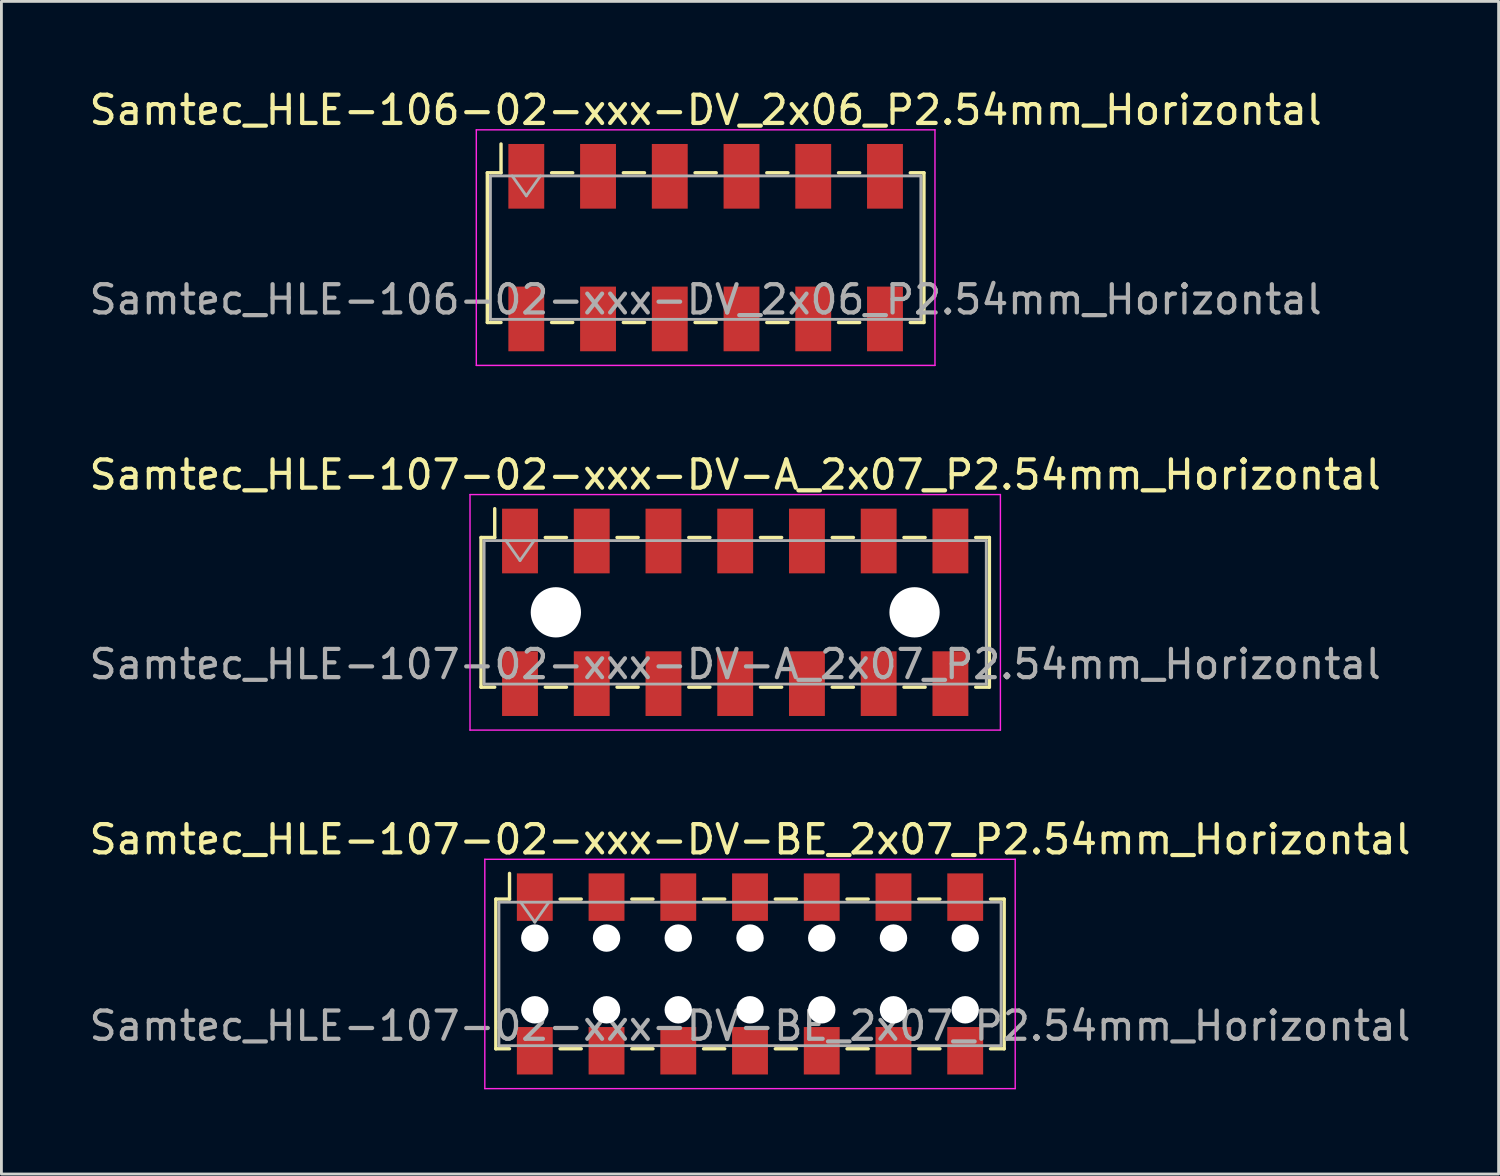
<source format=kicad_pcb>
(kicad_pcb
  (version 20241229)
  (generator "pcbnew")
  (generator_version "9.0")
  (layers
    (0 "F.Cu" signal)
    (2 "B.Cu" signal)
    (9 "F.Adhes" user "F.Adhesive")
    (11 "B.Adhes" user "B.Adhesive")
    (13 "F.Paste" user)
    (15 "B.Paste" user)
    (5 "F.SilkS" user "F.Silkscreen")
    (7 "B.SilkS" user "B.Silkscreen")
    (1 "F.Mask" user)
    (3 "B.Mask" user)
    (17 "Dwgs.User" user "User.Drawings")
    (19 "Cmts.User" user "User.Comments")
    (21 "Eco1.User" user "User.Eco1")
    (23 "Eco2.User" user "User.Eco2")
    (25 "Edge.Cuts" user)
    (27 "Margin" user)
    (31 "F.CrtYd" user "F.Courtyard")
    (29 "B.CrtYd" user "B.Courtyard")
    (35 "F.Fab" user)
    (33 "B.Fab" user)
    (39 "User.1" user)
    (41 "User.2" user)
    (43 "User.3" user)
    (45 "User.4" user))
  (footprint "Samtec_HLE-107-02-xxx-DV-BE_2x07_P2.54mm_Horizontal"
    (layer "F.Cu")
    (at 23.506 31.435)
    (property "Reference" "Samtec_HLE-107-02-xxx-DV-BE_2x07_P2.54mm_Horizontal" (at 0 -4.76 0) (layer "F.SilkS") (effects (font (size 1 1) (thickness 0.15))))
    (attr smd)
    (fp_line (start -9 -2.65) (end -9 2.65) (stroke (width 0.12) (type solid)) (layer "F.SilkS"))
    (fp_line (start -9 2.65) (end -8.515 2.65) (stroke (width 0.12) (type solid)) (layer "F.SilkS"))
    (fp_line (start -8.515 -3.56) (end -8.515 -2.65) (stroke (width 0.12) (type solid)) (layer "F.SilkS"))
    (fp_line (start -8.515 -2.65) (end -9 -2.65) (stroke (width 0.12) (type solid)) (layer "F.SilkS"))
    (fp_line (start -6.725 -2.65) (end -5.975 -2.65) (stroke (width 0.12) (type solid)) (layer "F.SilkS"))
    (fp_line (start -6.725 2.65) (end -5.975 2.65) (stroke (width 0.12) (type solid)) (layer "F.SilkS"))
    (fp_line (start -4.185 -2.65) (end -3.435 -2.65) (stroke (width 0.12) (type solid)) (layer "F.SilkS"))
    (fp_line (start -4.185 2.65) (end -3.435 2.65) (stroke (width 0.12) (type solid)) (layer "F.SilkS"))
    (fp_line (start -1.645 -2.65) (end -0.895 -2.65) (stroke (width 0.12) (type solid)) (layer "F.SilkS"))
    (fp_line (start -1.645 2.65) (end -0.895 2.65) (stroke (width 0.12) (type solid)) (layer "F.SilkS"))
    (fp_line (start 0.895 -2.65) (end 1.645 -2.65) (stroke (width 0.12) (type solid)) (layer "F.SilkS"))
    (fp_line (start 0.895 2.65) (end 1.645 2.65) (stroke (width 0.12) (type solid)) (layer "F.SilkS"))
    (fp_line (start 3.435 -2.65) (end 4.185 -2.65) (stroke (width 0.12) (type solid)) (layer "F.SilkS"))
    (fp_line (start 3.435 2.65) (end 4.185 2.65) (stroke (width 0.12) (type solid)) (layer "F.SilkS"))
    (fp_line (start 5.975 -2.65) (end 6.725 -2.65) (stroke (width 0.12) (type solid)) (layer "F.SilkS"))
    (fp_line (start 5.975 2.65) (end 6.725 2.65) (stroke (width 0.12) (type solid)) (layer "F.SilkS"))
    (fp_line (start 8.515 -2.65) (end 9 -2.65) (stroke (width 0.12) (type solid)) (layer "F.SilkS"))
    (fp_line (start 9 -2.65) (end 9 2.65) (stroke (width 0.12) (type solid)) (layer "F.SilkS"))
    (fp_line (start 9 2.65) (end 8.515 2.65) (stroke (width 0.12) (type solid)) (layer "F.SilkS"))
    (fp_line (start -9.39 -4.06) (end 9.39 -4.06) (stroke (width 0.05) (type solid)) (layer "F.CrtYd"))
    (fp_line (start -9.39 4.06) (end -9.39 -4.06) (stroke (width 0.05) (type solid)) (layer "F.CrtYd"))
    (fp_line (start 9.39 -4.06) (end 9.39 4.06) (stroke (width 0.05) (type solid)) (layer "F.CrtYd"))
    (fp_line (start 9.39 4.06) (end -9.39 4.06) (stroke (width 0.05) (type solid)) (layer "F.CrtYd"))
    (fp_line (start -8.89 -2.54) (end 8.89 -2.54) (stroke (width 0.1) (type solid)) (layer "F.Fab"))
    (fp_line (start -8.89 2.54) (end -8.89 -2.54) (stroke (width 0.1) (type solid)) (layer "F.Fab"))
    (fp_line (start -8.12 -2.54) (end -7.62 -1.833) (stroke (width 0.1) (type solid)) (layer "F.Fab"))
    (fp_line (start -7.62 -1.833) (end -7.12 -2.54) (stroke (width 0.1) (type solid)) (layer "F.Fab"))
    (fp_line (start 8.89 -2.54) (end 8.89 2.54) (stroke (width 0.1) (type solid)) (layer "F.Fab"))
    (fp_line (start 8.89 2.54) (end -8.89 2.54) (stroke (width 0.1) (type solid)) (layer "F.Fab"))
    (fp_text user "${REFERENCE}" (at 0 1.84 0) (layer "F.Fab") (effects (font (size 1 1) (thickness 0.15))))
    (pad "" np_thru_hole circle (at -7.62 -1.27) (size 0.97 0.97) (drill 0.97) (layers "*.Cu" "*.Mask"))
    (pad "" np_thru_hole circle (at -7.62 1.27) (size 0.97 0.97) (drill 0.97) (layers "*.Cu" "*.Mask"))
    (pad "" np_thru_hole circle (at -5.08 -1.27) (size 0.97 0.97) (drill 0.97) (layers "*.Cu" "*.Mask"))
    (pad "" np_thru_hole circle (at -5.08 1.27) (size 0.97 0.97) (drill 0.97) (layers "*.Cu" "*.Mask"))
    (pad "" np_thru_hole circle (at -2.54 -1.27) (size 0.97 0.97) (drill 0.97) (layers "*.Cu" "*.Mask"))
    (pad "" np_thru_hole circle (at -2.54 1.27) (size 0.97 0.97) (drill 0.97) (layers "*.Cu" "*.Mask"))
    (pad "" np_thru_hole circle (at 0 -1.27) (size 0.97 0.97) (drill 0.97) (layers "*.Cu" "*.Mask"))
    (pad "" np_thru_hole circle (at 0 1.27) (size 0.97 0.97) (drill 0.97) (layers "*.Cu" "*.Mask"))
    (pad "" np_thru_hole circle (at 2.54 -1.27) (size 0.97 0.97) (drill 0.97) (layers "*.Cu" "*.Mask"))
    (pad "" np_thru_hole circle (at 2.54 1.27) (size 0.97 0.97) (drill 0.97) (layers "*.Cu" "*.Mask"))
    (pad "" np_thru_hole circle (at 5.08 -1.27) (size 0.97 0.97) (drill 0.97) (layers "*.Cu" "*.Mask"))
    (pad "" np_thru_hole circle (at 5.08 1.27) (size 0.97 0.97) (drill 0.97) (layers "*.Cu" "*.Mask"))
    (pad "" np_thru_hole circle (at 7.62 -1.27) (size 0.97 0.97) (drill 0.97) (layers "*.Cu" "*.Mask"))
    (pad "" np_thru_hole circle (at 7.62 1.27) (size 0.97 0.97) (drill 0.97) (layers "*.Cu" "*.Mask"))
    (pad "1" smd rect (at -7.62 -2.72) (size 1.27 1.68) (layers "F.Cu" "F.Mask" "F.Paste"))
    (pad "2" smd rect (at -7.62 2.72) (size 1.27 1.68) (layers "F.Cu" "F.Mask" "F.Paste"))
    (pad "3" smd rect (at -5.08 -2.72) (size 1.27 1.68) (layers "F.Cu" "F.Mask" "F.Paste"))
    (pad "4" smd rect (at -5.08 2.72) (size 1.27 1.68) (layers "F.Cu" "F.Mask" "F.Paste"))
    (pad "5" smd rect (at -2.54 -2.72) (size 1.27 1.68) (layers "F.Cu" "F.Mask" "F.Paste"))
    (pad "6" smd rect (at -2.54 2.72) (size 1.27 1.68) (layers "F.Cu" "F.Mask" "F.Paste"))
    (pad "7" smd rect (at 0 -2.72) (size 1.27 1.68) (layers "F.Cu" "F.Mask" "F.Paste"))
    (pad "8" smd rect (at 0 2.72) (size 1.27 1.68) (layers "F.Cu" "F.Mask" "F.Paste"))
    (pad "9" smd rect (at 2.54 -2.72) (size 1.27 1.68) (layers "F.Cu" "F.Mask" "F.Paste"))
    (pad "10" smd rect (at 2.54 2.72) (size 1.27 1.68) (layers "F.Cu" "F.Mask" "F.Paste"))
    (pad "11" smd rect (at 5.08 -2.72) (size 1.27 1.68) (layers "F.Cu" "F.Mask" "F.Paste"))
    (pad "12" smd rect (at 5.08 2.72) (size 1.27 1.68) (layers "F.Cu" "F.Mask" "F.Paste"))
    (pad "13" smd rect (at 7.62 -2.72) (size 1.27 1.68) (layers "F.Cu" "F.Mask" "F.Paste"))
    (pad "14" smd rect (at 7.62 2.72) (size 1.27 1.68) (layers "F.Cu" "F.Mask" "F.Paste")))
  (footprint "Samtec_HLE-107-02-xxx-DV-A_2x07_P2.54mm_Horizontal"
    (layer "F.Cu")
    (at 22.982 18.631)
    (property "Reference" "Samtec_HLE-107-02-xxx-DV-A_2x07_P2.54mm_Horizontal" (at 0 -4.87 0) (layer "F.SilkS") (effects (font (size 1 1) (thickness 0.15))))
    (attr smd)
    (fp_line (start -9 -2.65) (end -9 2.65) (stroke (width 0.12) (type solid)) (layer "F.SilkS"))
    (fp_line (start -9 2.65) (end -8.515 2.65) (stroke (width 0.12) (type solid)) (layer "F.SilkS"))
    (fp_line (start -8.515 -3.67) (end -8.515 -2.65) (stroke (width 0.12) (type solid)) (layer "F.SilkS"))
    (fp_line (start -8.515 -2.65) (end -9 -2.65) (stroke (width 0.12) (type solid)) (layer "F.SilkS"))
    (fp_line (start -6.725 -2.65) (end -5.975 -2.65) (stroke (width 0.12) (type solid)) (layer "F.SilkS"))
    (fp_line (start -6.725 2.65) (end -5.975 2.65) (stroke (width 0.12) (type solid)) (layer "F.SilkS"))
    (fp_line (start -4.185 -2.65) (end -3.435 -2.65) (stroke (width 0.12) (type solid)) (layer "F.SilkS"))
    (fp_line (start -4.185 2.65) (end -3.435 2.65) (stroke (width 0.12) (type solid)) (layer "F.SilkS"))
    (fp_line (start -1.645 -2.65) (end -0.895 -2.65) (stroke (width 0.12) (type solid)) (layer "F.SilkS"))
    (fp_line (start -1.645 2.65) (end -0.895 2.65) (stroke (width 0.12) (type solid)) (layer "F.SilkS"))
    (fp_line (start 0.895 -2.65) (end 1.645 -2.65) (stroke (width 0.12) (type solid)) (layer "F.SilkS"))
    (fp_line (start 0.895 2.65) (end 1.645 2.65) (stroke (width 0.12) (type solid)) (layer "F.SilkS"))
    (fp_line (start 3.435 -2.65) (end 4.185 -2.65) (stroke (width 0.12) (type solid)) (layer "F.SilkS"))
    (fp_line (start 3.435 2.65) (end 4.185 2.65) (stroke (width 0.12) (type solid)) (layer "F.SilkS"))
    (fp_line (start 5.975 -2.65) (end 6.725 -2.65) (stroke (width 0.12) (type solid)) (layer "F.SilkS"))
    (fp_line (start 5.975 2.65) (end 6.725 2.65) (stroke (width 0.12) (type solid)) (layer "F.SilkS"))
    (fp_line (start 8.515 -2.65) (end 9 -2.65) (stroke (width 0.12) (type solid)) (layer "F.SilkS"))
    (fp_line (start 9 -2.65) (end 9 2.65) (stroke (width 0.12) (type solid)) (layer "F.SilkS"))
    (fp_line (start 9 2.65) (end 8.515 2.65) (stroke (width 0.12) (type solid)) (layer "F.SilkS"))
    (fp_line (start -9.39 -4.17) (end 9.39 -4.17) (stroke (width 0.05) (type solid)) (layer "F.CrtYd"))
    (fp_line (start -9.39 4.17) (end -9.39 -4.17) (stroke (width 0.05) (type solid)) (layer "F.CrtYd"))
    (fp_line (start 9.39 -4.17) (end 9.39 4.17) (stroke (width 0.05) (type solid)) (layer "F.CrtYd"))
    (fp_line (start 9.39 4.17) (end -9.39 4.17) (stroke (width 0.05) (type solid)) (layer "F.CrtYd"))
    (fp_line (start -8.89 -2.54) (end 8.89 -2.54) (stroke (width 0.1) (type solid)) (layer "F.Fab"))
    (fp_line (start -8.89 2.54) (end -8.89 -2.54) (stroke (width 0.1) (type solid)) (layer "F.Fab"))
    (fp_line (start -8.12 -2.54) (end -7.62 -1.833) (stroke (width 0.1) (type solid)) (layer "F.Fab"))
    (fp_line (start -7.62 -1.833) (end -7.12 -2.54) (stroke (width 0.1) (type solid)) (layer "F.Fab"))
    (fp_line (start 8.89 -2.54) (end 8.89 2.54) (stroke (width 0.1) (type solid)) (layer "F.Fab"))
    (fp_line (start 8.89 2.54) (end -8.89 2.54) (stroke (width 0.1) (type solid)) (layer "F.Fab"))
    (fp_text user "${REFERENCE}" (at 0 1.84 0) (layer "F.Fab") (effects (font (size 1 1) (thickness 0.15))))
    (pad "" np_thru_hole circle (at -6.35 0) (size 1.78 1.78) (drill 1.78) (layers "*.Cu" "*.Mask"))
    (pad "" np_thru_hole circle (at 6.35 0) (size 1.78 1.78) (drill 1.78) (layers "*.Cu" "*.Mask"))
    (pad "1" smd rect (at -7.62 -2.525) (size 1.27 2.29) (layers "F.Cu" "F.Mask" "F.Paste"))
    (pad "2" smd rect (at -7.62 2.525) (size 1.27 2.29) (layers "F.Cu" "F.Mask" "F.Paste"))
    (pad "3" smd rect (at -5.08 -2.525) (size 1.27 2.29) (layers "F.Cu" "F.Mask" "F.Paste"))
    (pad "4" smd rect (at -5.08 2.525) (size 1.27 2.29) (layers "F.Cu" "F.Mask" "F.Paste"))
    (pad "5" smd rect (at -2.54 -2.525) (size 1.27 2.29) (layers "F.Cu" "F.Mask" "F.Paste"))
    (pad "6" smd rect (at -2.54 2.525) (size 1.27 2.29) (layers "F.Cu" "F.Mask" "F.Paste"))
    (pad "7" smd rect (at 0 -2.525) (size 1.27 2.29) (layers "F.Cu" "F.Mask" "F.Paste"))
    (pad "8" smd rect (at 0 2.525) (size 1.27 2.29) (layers "F.Cu" "F.Mask" "F.Paste"))
    (pad "9" smd rect (at 2.54 -2.525) (size 1.27 2.29) (layers "F.Cu" "F.Mask" "F.Paste"))
    (pad "10" smd rect (at 2.54 2.525) (size 1.27 2.29) (layers "F.Cu" "F.Mask" "F.Paste"))
    (pad "11" smd rect (at 5.08 -2.525) (size 1.27 2.29) (layers "F.Cu" "F.Mask" "F.Paste"))
    (pad "12" smd rect (at 5.08 2.525) (size 1.27 2.29) (layers "F.Cu" "F.Mask" "F.Paste"))
    (pad "13" smd rect (at 7.62 -2.525) (size 1.27 2.29) (layers "F.Cu" "F.Mask" "F.Paste"))
    (pad "14" smd rect (at 7.62 2.525) (size 1.27 2.29) (layers "F.Cu" "F.Mask" "F.Paste")))
  (footprint "Samtec_HLE-106-02-xxx-DV_2x06_P2.54mm_Horizontal"
    (layer "F.Cu")
    (at 21.935 5.718)
    (property "Reference" "Samtec_HLE-106-02-xxx-DV_2x06_P2.54mm_Horizontal" (at 0 -4.87 0) (layer "F.SilkS") (effects (font (size 1 1) (thickness 0.15))))
    (attr smd)
    (fp_line (start -7.73 -2.65) (end -7.73 2.65) (stroke (width 0.12) (type solid)) (layer "F.SilkS"))
    (fp_line (start -7.73 2.65) (end -7.245 2.65) (stroke (width 0.12) (type solid)) (layer "F.SilkS"))
    (fp_line (start -7.245 -3.67) (end -7.245 -2.65) (stroke (width 0.12) (type solid)) (layer "F.SilkS"))
    (fp_line (start -7.245 -2.65) (end -7.73 -2.65) (stroke (width 0.12) (type solid)) (layer "F.SilkS"))
    (fp_line (start -5.455 -2.65) (end -4.705 -2.65) (stroke (width 0.12) (type solid)) (layer "F.SilkS"))
    (fp_line (start -5.455 2.65) (end -4.705 2.65) (stroke (width 0.12) (type solid)) (layer "F.SilkS"))
    (fp_line (start -2.915 -2.65) (end -2.165 -2.65) (stroke (width 0.12) (type solid)) (layer "F.SilkS"))
    (fp_line (start -2.915 2.65) (end -2.165 2.65) (stroke (width 0.12) (type solid)) (layer "F.SilkS"))
    (fp_line (start -0.375 -2.65) (end 0.375 -2.65) (stroke (width 0.12) (type solid)) (layer "F.SilkS"))
    (fp_line (start -0.375 2.65) (end 0.375 2.65) (stroke (width 0.12) (type solid)) (layer "F.SilkS"))
    (fp_line (start 2.165 -2.65) (end 2.915 -2.65) (stroke (width 0.12) (type solid)) (layer "F.SilkS"))
    (fp_line (start 2.165 2.65) (end 2.915 2.65) (stroke (width 0.12) (type solid)) (layer "F.SilkS"))
    (fp_line (start 4.705 -2.65) (end 5.455 -2.65) (stroke (width 0.12) (type solid)) (layer "F.SilkS"))
    (fp_line (start 4.705 2.65) (end 5.455 2.65) (stroke (width 0.12) (type solid)) (layer "F.SilkS"))
    (fp_line (start 7.245 -2.65) (end 7.73 -2.65) (stroke (width 0.12) (type solid)) (layer "F.SilkS"))
    (fp_line (start 7.73 -2.65) (end 7.73 2.65) (stroke (width 0.12) (type solid)) (layer "F.SilkS"))
    (fp_line (start 7.73 2.65) (end 7.245 2.65) (stroke (width 0.12) (type solid)) (layer "F.SilkS"))
    (fp_line (start -8.12 -4.17) (end 8.12 -4.17) (stroke (width 0.05) (type solid)) (layer "F.CrtYd"))
    (fp_line (start -8.12 4.17) (end -8.12 -4.17) (stroke (width 0.05) (type solid)) (layer "F.CrtYd"))
    (fp_line (start 8.12 -4.17) (end 8.12 4.17) (stroke (width 0.05) (type solid)) (layer "F.CrtYd"))
    (fp_line (start 8.12 4.17) (end -8.12 4.17) (stroke (width 0.05) (type solid)) (layer "F.CrtYd"))
    (fp_line (start -7.62 -2.54) (end 7.62 -2.54) (stroke (width 0.1) (type solid)) (layer "F.Fab"))
    (fp_line (start -7.62 2.54) (end -7.62 -2.54) (stroke (width 0.1) (type solid)) (layer "F.Fab"))
    (fp_line (start -6.85 -2.54) (end -6.35 -1.833) (stroke (width 0.1) (type solid)) (layer "F.Fab"))
    (fp_line (start -6.35 -1.833) (end -5.85 -2.54) (stroke (width 0.1) (type solid)) (layer "F.Fab"))
    (fp_line (start 7.62 -2.54) (end 7.62 2.54) (stroke (width 0.1) (type solid)) (layer "F.Fab"))
    (fp_line (start 7.62 2.54) (end -7.62 2.54) (stroke (width 0.1) (type solid)) (layer "F.Fab"))
    (fp_text user "${REFERENCE}" (at 0 1.84 0) (layer "F.Fab") (effects (font (size 1 1) (thickness 0.15))))
    (pad "1" smd rect (at -6.35 -2.525) (size 1.27 2.29) (layers "F.Cu" "F.Mask" "F.Paste"))
    (pad "2" smd rect (at -6.35 2.525) (size 1.27 2.29) (layers "F.Cu" "F.Mask" "F.Paste"))
    (pad "3" smd rect (at -3.81 -2.525) (size 1.27 2.29) (layers "F.Cu" "F.Mask" "F.Paste"))
    (pad "4" smd rect (at -3.81 2.525) (size 1.27 2.29) (layers "F.Cu" "F.Mask" "F.Paste"))
    (pad "5" smd rect (at -1.27 -2.525) (size 1.27 2.29) (layers "F.Cu" "F.Mask" "F.Paste"))
    (pad "6" smd rect (at -1.27 2.525) (size 1.27 2.29) (layers "F.Cu" "F.Mask" "F.Paste"))
    (pad "7" smd rect (at 1.27 -2.525) (size 1.27 2.29) (layers "F.Cu" "F.Mask" "F.Paste"))
    (pad "8" smd rect (at 1.27 2.525) (size 1.27 2.29) (layers "F.Cu" "F.Mask" "F.Paste"))
    (pad "9" smd rect (at 3.81 -2.525) (size 1.27 2.29) (layers "F.Cu" "F.Mask" "F.Paste"))
    (pad "10" smd rect (at 3.81 2.525) (size 1.27 2.29) (layers "F.Cu" "F.Mask" "F.Paste"))
    (pad "11" smd rect (at 6.35 -2.525) (size 1.27 2.29) (layers "F.Cu" "F.Mask" "F.Paste"))
    (pad "12" smd rect (at 6.35 2.525) (size 1.27 2.29) (layers "F.Cu" "F.Mask" "F.Paste")))
  (gr_rect
    (start -3 -3)
    (end 50.012 38.52)
    (stroke (width 0.1) (type default))
    (fill no)
    (layer "Edge.Cuts")))
</source>
